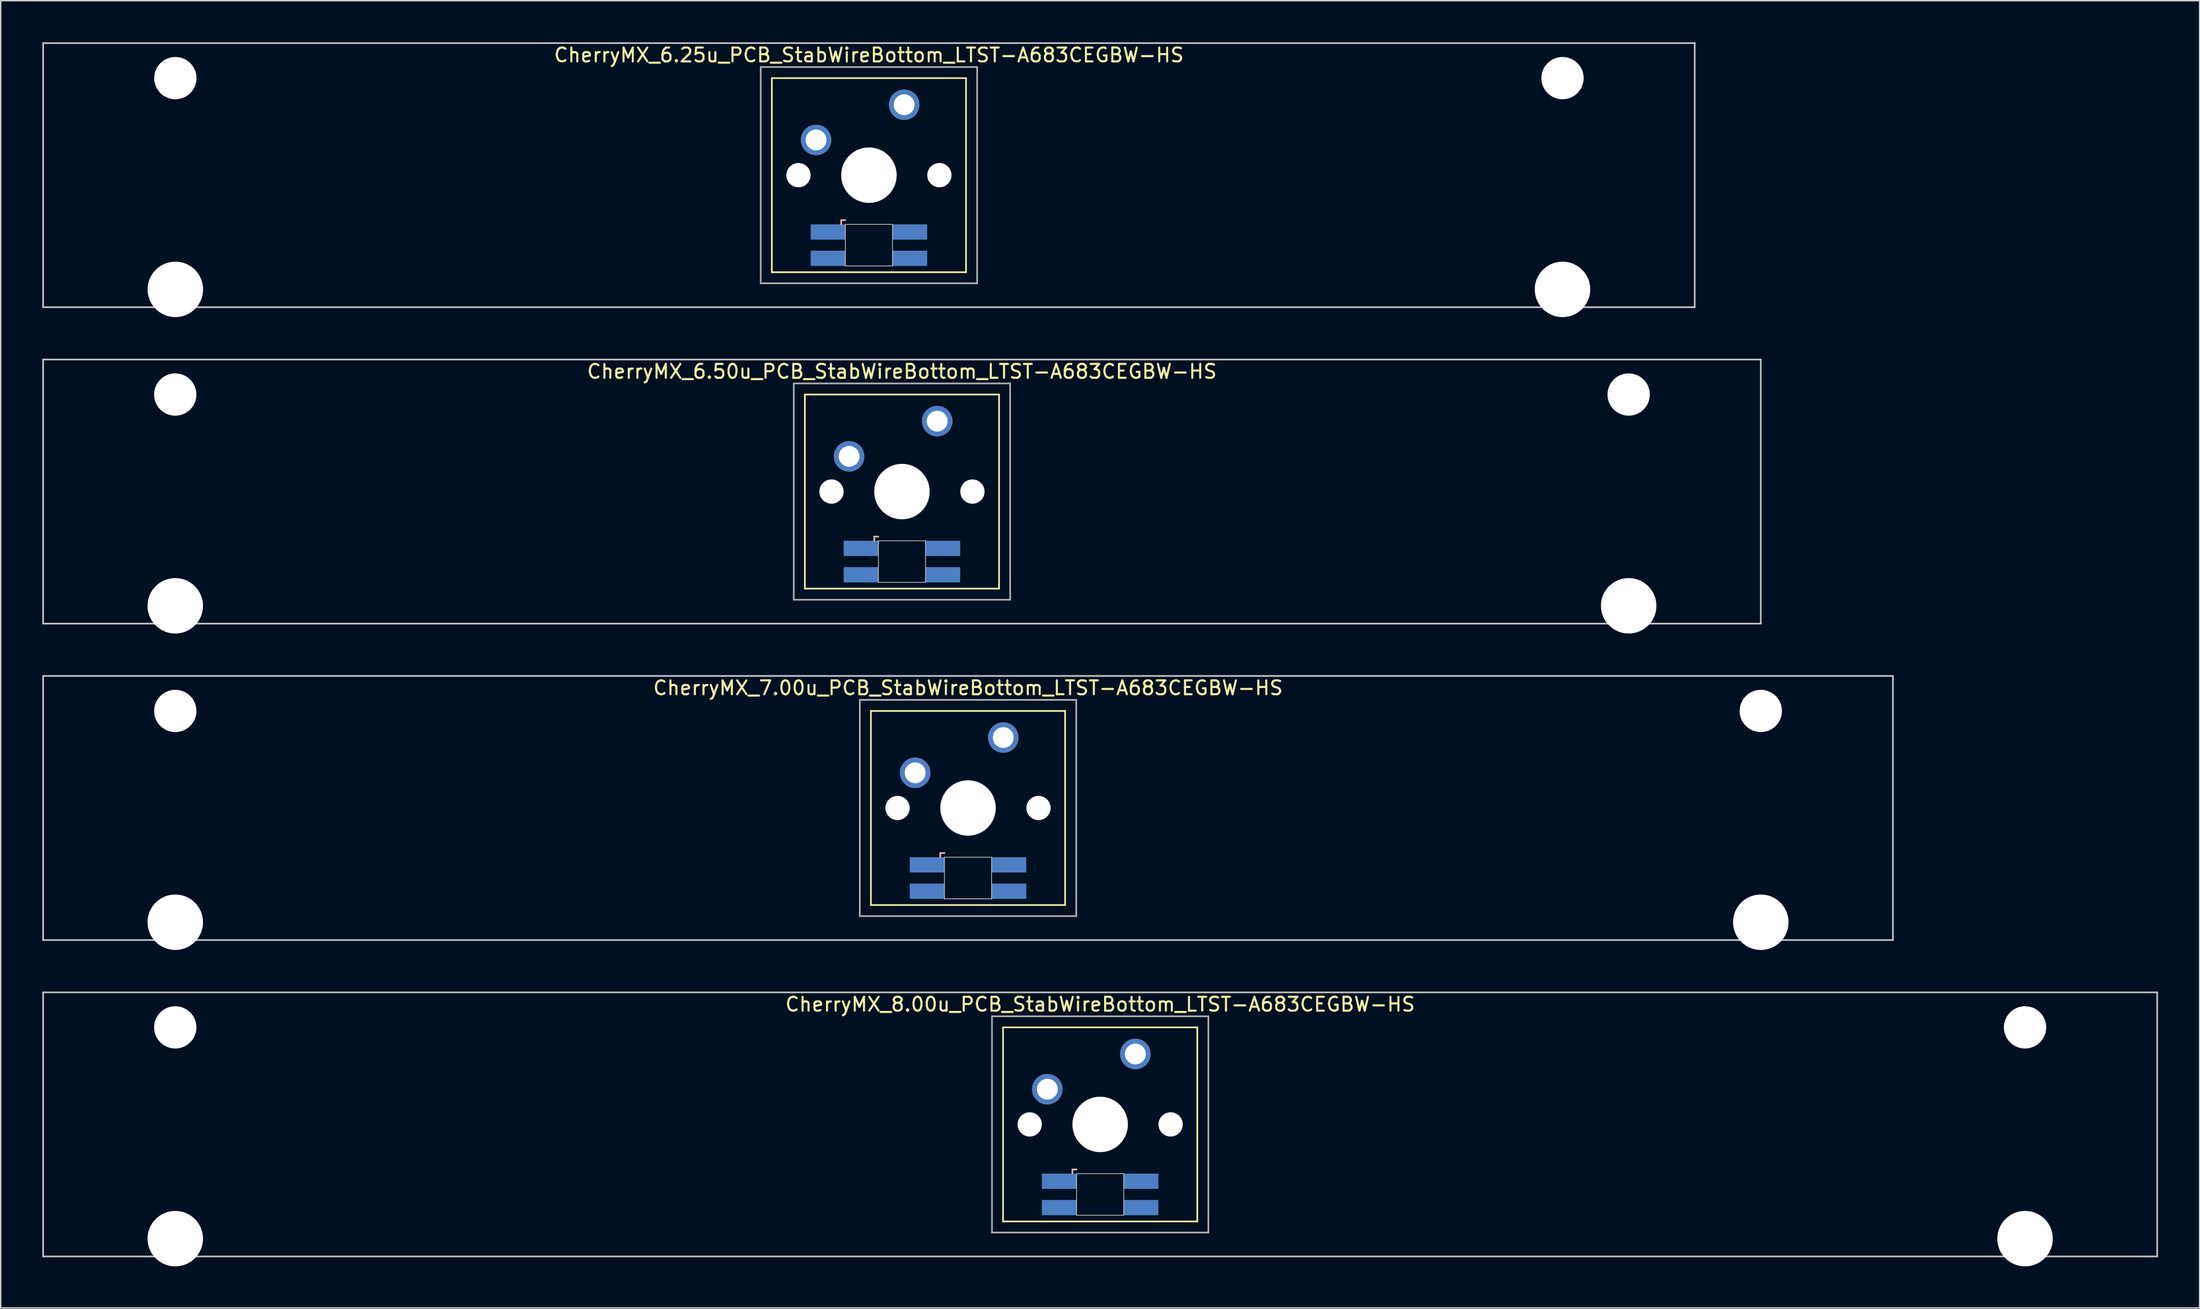
<source format=kicad_pcb>
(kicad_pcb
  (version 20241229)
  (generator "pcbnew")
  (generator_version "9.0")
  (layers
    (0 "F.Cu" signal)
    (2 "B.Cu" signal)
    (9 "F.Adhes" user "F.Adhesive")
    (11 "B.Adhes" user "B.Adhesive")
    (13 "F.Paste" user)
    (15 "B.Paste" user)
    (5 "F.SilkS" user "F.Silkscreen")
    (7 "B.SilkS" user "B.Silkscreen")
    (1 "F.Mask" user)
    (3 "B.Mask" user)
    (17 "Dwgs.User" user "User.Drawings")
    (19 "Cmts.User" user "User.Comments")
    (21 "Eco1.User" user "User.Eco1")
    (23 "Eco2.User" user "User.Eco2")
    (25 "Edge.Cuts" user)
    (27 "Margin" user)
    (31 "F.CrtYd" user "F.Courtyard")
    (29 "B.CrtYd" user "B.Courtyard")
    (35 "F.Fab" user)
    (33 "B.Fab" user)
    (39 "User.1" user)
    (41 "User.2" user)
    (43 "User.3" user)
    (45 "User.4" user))
  (footprint "CherryMX_6.25u_PCB_StabWireBottom_LTST-A683CEGBW-HS"
    (layer "F.Cu")
    (at 59.591 9.585)
    (property "Reference" "CherryMX_6.25u_PCB_StabWireBottom_LTST-A683CEGBW-HS" (at 0 -8.662 0) (layer "F.SilkS") (effects (font (size 1 1) (thickness 0.15))))
    (attr through_hole)
    (fp_line (start -7 -7) (end -7 7) (stroke (width 0.12) (type solid)) (layer "F.SilkS"))
    (fp_line (start -7 -7) (end 7 -7) (stroke (width 0.12) (type solid)) (layer "F.SilkS"))
    (fp_line (start 7 -7) (end 7 7) (stroke (width 0.12) (type solid)) (layer "F.SilkS"))
    (fp_line (start 7 7) (end -7 7) (stroke (width 0.12) (type solid)) (layer "F.SilkS"))
    (fp_line (start -2 3.25) (end -2 3.55) (stroke (width 0.12) (type solid)) (layer "B.SilkS"))
    (fp_line (start -1.7 3.25) (end -2 3.25) (stroke (width 0.12) (type solid)) (layer "B.SilkS"))
    (fp_line (start -59.531 -9.525) (end 59.531 -9.525) (stroke (width 0.12) (type solid)) (layer "Dwgs.User"))
    (fp_line (start -59.531 9.525) (end -59.531 -9.525) (stroke (width 0.12) (type solid)) (layer "Dwgs.User"))
    (fp_line (start 59.531 -9.525) (end 59.531 9.525) (stroke (width 0.12) (type solid)) (layer "Dwgs.User"))
    (fp_line (start 59.531 9.525) (end -59.531 9.525) (stroke (width 0.12) (type solid)) (layer "Dwgs.User"))
    (fp_line (start -1.7 3.55) (end 1.7 3.55) (stroke (width 0.05) (type solid)) (layer "Edge.Cuts"))
    (fp_line (start -1.7 6.55) (end -1.7 3.55) (stroke (width 0.05) (type solid)) (layer "Edge.Cuts"))
    (fp_line (start 1.7 3.55) (end 1.7 6.55) (stroke (width 0.05) (type solid)) (layer "Edge.Cuts"))
    (fp_line (start 1.7 6.55) (end -1.7 6.55) (stroke (width 0.05) (type solid)) (layer "Edge.Cuts"))
    (fp_line (start -7.8 -7.8) (end -7.8 7.8) (stroke (width 0.12) (type solid)) (layer "F.Fab"))
    (fp_line (start -7.8 -7.8) (end 7.8 -7.8) (stroke (width 0.12) (type solid)) (layer "F.Fab"))
    (fp_line (start -7.8 7.8) (end 7.8 7.8) (stroke (width 0.12) (type solid)) (layer "F.Fab"))
    (fp_line (start 7.8 -7.8) (end 7.8 7.8) (stroke (width 0.12) (type solid)) (layer "F.Fab"))
    (pad "" np_thru_hole circle (at -50 -7) (size 3.05 3.05) (drill 3.05) (layers "*.Cu" "*.Mask"))
    (pad "" np_thru_hole circle (at -50 8.24) (size 4 4) (drill 4) (layers "*.Cu" "*.Mask"))
    (pad "" np_thru_hole circle (at -5.08 0) (size 1.75 1.75) (drill 1.75) (layers "*.Cu" "*.Mask"))
    (pad "" np_thru_hole circle (at 0 0) (size 4 4) (drill 4) (layers "*.Cu" "*.Mask"))
    (pad "" np_thru_hole circle (at 5.08 0) (size 1.75 1.75) (drill 1.75) (layers "*.Cu" "*.Mask"))
    (pad "" np_thru_hole circle (at 50 -7) (size 3.05 3.05) (drill 3.05) (layers "*.Cu" "*.Mask"))
    (pad "" np_thru_hole circle (at 50 8.24) (size 4 4) (drill 4) (layers "*.Cu" "*.Mask"))
    (pad "1" thru_hole circle (at -3.81 -2.54) (size 2.2 2.2) (drill 1.5) (layers "*.Cu" "*.Mask"))
    (pad "2" thru_hole circle (at 2.54 -5.08) (size 2.2 2.2) (drill 1.5) (layers "*.Cu" "*.Mask"))
    (pad "3" smd rect (at -2.95 4.1) (size 2.5 1.1) (layers "B.Cu" "B.Mask" "B.Paste"))
    (pad "4" smd rect (at -2.95 6) (size 2.5 1.1) (layers "B.Cu" "B.Mask" "B.Paste"))
    (pad "5" smd rect (at 2.95 4.1) (size 2.5 1.1) (layers "B.Cu" "B.Mask" "B.Paste"))
    (pad "6" smd rect (at 2.95 6) (size 2.5 1.1) (layers "B.Cu" "B.Mask" "B.Paste")))
  (footprint "CherryMX_7.00u_PCB_StabWireBottom_LTST-A683CEGBW-HS"
    (layer "F.Cu")
    (at 66.735 55.235)
    (property "Reference" "CherryMX_7.00u_PCB_StabWireBottom_LTST-A683CEGBW-HS" (at 0 -8.662 0) (layer "F.SilkS") (effects (font (size 1 1) (thickness 0.15))))
    (attr through_hole)
    (fp_line (start -7 -7) (end -7 7) (stroke (width 0.12) (type solid)) (layer "F.SilkS"))
    (fp_line (start -7 -7) (end 7 -7) (stroke (width 0.12) (type solid)) (layer "F.SilkS"))
    (fp_line (start 7 -7) (end 7 7) (stroke (width 0.12) (type solid)) (layer "F.SilkS"))
    (fp_line (start 7 7) (end -7 7) (stroke (width 0.12) (type solid)) (layer "F.SilkS"))
    (fp_line (start -2 3.25) (end -2 3.55) (stroke (width 0.12) (type solid)) (layer "B.SilkS"))
    (fp_line (start -1.7 3.25) (end -2 3.25) (stroke (width 0.12) (type solid)) (layer "B.SilkS"))
    (fp_line (start -66.675 -9.525) (end 66.675 -9.525) (stroke (width 0.12) (type solid)) (layer "Dwgs.User"))
    (fp_line (start -66.675 9.525) (end -66.675 -9.525) (stroke (width 0.12) (type solid)) (layer "Dwgs.User"))
    (fp_line (start 66.675 -9.525) (end 66.675 9.525) (stroke (width 0.12) (type solid)) (layer "Dwgs.User"))
    (fp_line (start 66.675 9.525) (end -66.675 9.525) (stroke (width 0.12) (type solid)) (layer "Dwgs.User"))
    (fp_line (start -1.7 3.55) (end 1.7 3.55) (stroke (width 0.05) (type solid)) (layer "Edge.Cuts"))
    (fp_line (start -1.7 6.55) (end -1.7 3.55) (stroke (width 0.05) (type solid)) (layer "Edge.Cuts"))
    (fp_line (start 1.7 3.55) (end 1.7 6.55) (stroke (width 0.05) (type solid)) (layer "Edge.Cuts"))
    (fp_line (start 1.7 6.55) (end -1.7 6.55) (stroke (width 0.05) (type solid)) (layer "Edge.Cuts"))
    (fp_line (start -7.8 -7.8) (end -7.8 7.8) (stroke (width 0.12) (type solid)) (layer "F.Fab"))
    (fp_line (start -7.8 -7.8) (end 7.8 -7.8) (stroke (width 0.12) (type solid)) (layer "F.Fab"))
    (fp_line (start -7.8 7.8) (end 7.8 7.8) (stroke (width 0.12) (type solid)) (layer "F.Fab"))
    (fp_line (start 7.8 -7.8) (end 7.8 7.8) (stroke (width 0.12) (type solid)) (layer "F.Fab"))
    (pad "" np_thru_hole circle (at -57.15 -7) (size 3.05 3.05) (drill 3.05) (layers "*.Cu" "*.Mask"))
    (pad "" np_thru_hole circle (at -57.15 8.24) (size 4 4) (drill 4) (layers "*.Cu" "*.Mask"))
    (pad "" np_thru_hole circle (at -5.08 0) (size 1.75 1.75) (drill 1.75) (layers "*.Cu" "*.Mask"))
    (pad "" np_thru_hole circle (at 0 0) (size 4 4) (drill 4) (layers "*.Cu" "*.Mask"))
    (pad "" np_thru_hole circle (at 5.08 0) (size 1.75 1.75) (drill 1.75) (layers "*.Cu" "*.Mask"))
    (pad "" np_thru_hole circle (at 57.15 -7) (size 3.05 3.05) (drill 3.05) (layers "*.Cu" "*.Mask"))
    (pad "" np_thru_hole circle (at 57.15 8.24) (size 4 4) (drill 4) (layers "*.Cu" "*.Mask"))
    (pad "1" thru_hole circle (at -3.81 -2.54) (size 2.2 2.2) (drill 1.5) (layers "*.Cu" "*.Mask"))
    (pad "2" thru_hole circle (at 2.54 -5.08) (size 2.2 2.2) (drill 1.5) (layers "*.Cu" "*.Mask"))
    (pad "3" smd rect (at -2.95 4.1) (size 2.5 1.1) (layers "B.Cu" "B.Mask" "B.Paste"))
    (pad "4" smd rect (at -2.95 6) (size 2.5 1.1) (layers "B.Cu" "B.Mask" "B.Paste"))
    (pad "5" smd rect (at 2.95 4.1) (size 2.5 1.1) (layers "B.Cu" "B.Mask" "B.Paste"))
    (pad "6" smd rect (at 2.95 6) (size 2.5 1.1) (layers "B.Cu" "B.Mask" "B.Paste")))
  (footprint "CherryMX_6.50u_PCB_StabWireBottom_LTST-A683CEGBW-HS"
    (layer "F.Cu")
    (at 61.972 32.41)
    (property "Reference" "CherryMX_6.50u_PCB_StabWireBottom_LTST-A683CEGBW-HS" (at 0 -8.662 0) (layer "F.SilkS") (effects (font (size 1 1) (thickness 0.15))))
    (attr through_hole)
    (fp_line (start -7 -7) (end -7 7) (stroke (width 0.12) (type solid)) (layer "F.SilkS"))
    (fp_line (start -7 -7) (end 7 -7) (stroke (width 0.12) (type solid)) (layer "F.SilkS"))
    (fp_line (start 7 -7) (end 7 7) (stroke (width 0.12) (type solid)) (layer "F.SilkS"))
    (fp_line (start 7 7) (end -7 7) (stroke (width 0.12) (type solid)) (layer "F.SilkS"))
    (fp_line (start -2 3.25) (end -2 3.55) (stroke (width 0.12) (type solid)) (layer "B.SilkS"))
    (fp_line (start -1.7 3.25) (end -2 3.25) (stroke (width 0.12) (type solid)) (layer "B.SilkS"))
    (fp_line (start -61.913 -9.525) (end 61.913 -9.525) (stroke (width 0.12) (type solid)) (layer "Dwgs.User"))
    (fp_line (start -61.913 9.525) (end -61.913 -9.525) (stroke (width 0.12) (type solid)) (layer "Dwgs.User"))
    (fp_line (start 61.913 -9.525) (end 61.913 9.525) (stroke (width 0.12) (type solid)) (layer "Dwgs.User"))
    (fp_line (start 61.913 9.525) (end -61.913 9.525) (stroke (width 0.12) (type solid)) (layer "Dwgs.User"))
    (fp_line (start -1.7 3.55) (end 1.7 3.55) (stroke (width 0.05) (type solid)) (layer "Edge.Cuts"))
    (fp_line (start -1.7 6.55) (end -1.7 3.55) (stroke (width 0.05) (type solid)) (layer "Edge.Cuts"))
    (fp_line (start 1.7 3.55) (end 1.7 6.55) (stroke (width 0.05) (type solid)) (layer "Edge.Cuts"))
    (fp_line (start 1.7 6.55) (end -1.7 6.55) (stroke (width 0.05) (type solid)) (layer "Edge.Cuts"))
    (fp_line (start -7.8 -7.8) (end -7.8 7.8) (stroke (width 0.12) (type solid)) (layer "F.Fab"))
    (fp_line (start -7.8 -7.8) (end 7.8 -7.8) (stroke (width 0.12) (type solid)) (layer "F.Fab"))
    (fp_line (start -7.8 7.8) (end 7.8 7.8) (stroke (width 0.12) (type solid)) (layer "F.Fab"))
    (fp_line (start 7.8 -7.8) (end 7.8 7.8) (stroke (width 0.12) (type solid)) (layer "F.Fab"))
    (pad "" np_thru_hole circle (at -52.388 -7) (size 3.05 3.05) (drill 3.05) (layers "*.Cu" "*.Mask"))
    (pad "" np_thru_hole circle (at -52.388 8.24) (size 4 4) (drill 4) (layers "*.Cu" "*.Mask"))
    (pad "" np_thru_hole circle (at -5.08 0) (size 1.75 1.75) (drill 1.75) (layers "*.Cu" "*.Mask"))
    (pad "" np_thru_hole circle (at 0 0) (size 4 4) (drill 4) (layers "*.Cu" "*.Mask"))
    (pad "" np_thru_hole circle (at 5.08 0) (size 1.75 1.75) (drill 1.75) (layers "*.Cu" "*.Mask"))
    (pad "" np_thru_hole circle (at 52.388 -7) (size 3.05 3.05) (drill 3.05) (layers "*.Cu" "*.Mask"))
    (pad "" np_thru_hole circle (at 52.388 8.24) (size 4 4) (drill 4) (layers "*.Cu" "*.Mask"))
    (pad "1" thru_hole circle (at -3.81 -2.54) (size 2.2 2.2) (drill 1.5) (layers "*.Cu" "*.Mask"))
    (pad "2" thru_hole circle (at 2.54 -5.08) (size 2.2 2.2) (drill 1.5) (layers "*.Cu" "*.Mask"))
    (pad "3" smd rect (at -2.95 4.1) (size 2.5 1.1) (layers "B.Cu" "B.Mask" "B.Paste"))
    (pad "4" smd rect (at -2.95 6) (size 2.5 1.1) (layers "B.Cu" "B.Mask" "B.Paste"))
    (pad "5" smd rect (at 2.95 4.1) (size 2.5 1.1) (layers "B.Cu" "B.Mask" "B.Paste"))
    (pad "6" smd rect (at 2.95 6) (size 2.5 1.1) (layers "B.Cu" "B.Mask" "B.Paste")))
  (footprint "CherryMX_8.00u_PCB_StabWireBottom_LTST-A683CEGBW-HS"
    (layer "F.Cu")
    (at 76.26 78.06)
    (property "Reference" "CherryMX_8.00u_PCB_StabWireBottom_LTST-A683CEGBW-HS" (at 0 -8.662 0) (layer "F.SilkS") (effects (font (size 1 1) (thickness 0.15))))
    (attr through_hole)
    (fp_line (start -7 -7) (end -7 7) (stroke (width 0.12) (type solid)) (layer "F.SilkS"))
    (fp_line (start -7 -7) (end 7 -7) (stroke (width 0.12) (type solid)) (layer "F.SilkS"))
    (fp_line (start 7 -7) (end 7 7) (stroke (width 0.12) (type solid)) (layer "F.SilkS"))
    (fp_line (start 7 7) (end -7 7) (stroke (width 0.12) (type solid)) (layer "F.SilkS"))
    (fp_line (start -2 3.25) (end -2 3.55) (stroke (width 0.12) (type solid)) (layer "B.SilkS"))
    (fp_line (start -1.7 3.25) (end -2 3.25) (stroke (width 0.12) (type solid)) (layer "B.SilkS"))
    (fp_line (start -76.2 -9.525) (end 76.2 -9.525) (stroke (width 0.12) (type solid)) (layer "Dwgs.User"))
    (fp_line (start -76.2 9.525) (end -76.2 -9.525) (stroke (width 0.12) (type solid)) (layer "Dwgs.User"))
    (fp_line (start 76.2 -9.525) (end 76.2 9.525) (stroke (width 0.12) (type solid)) (layer "Dwgs.User"))
    (fp_line (start 76.2 9.525) (end -76.2 9.525) (stroke (width 0.12) (type solid)) (layer "Dwgs.User"))
    (fp_line (start -1.7 3.55) (end 1.7 3.55) (stroke (width 0.05) (type solid)) (layer "Edge.Cuts"))
    (fp_line (start -1.7 6.55) (end -1.7 3.55) (stroke (width 0.05) (type solid)) (layer "Edge.Cuts"))
    (fp_line (start 1.7 3.55) (end 1.7 6.55) (stroke (width 0.05) (type solid)) (layer "Edge.Cuts"))
    (fp_line (start 1.7 6.55) (end -1.7 6.55) (stroke (width 0.05) (type solid)) (layer "Edge.Cuts"))
    (fp_line (start -7.8 -7.8) (end -7.8 7.8) (stroke (width 0.12) (type solid)) (layer "F.Fab"))
    (fp_line (start -7.8 -7.8) (end 7.8 -7.8) (stroke (width 0.12) (type solid)) (layer "F.Fab"))
    (fp_line (start -7.8 7.8) (end 7.8 7.8) (stroke (width 0.12) (type solid)) (layer "F.Fab"))
    (fp_line (start 7.8 -7.8) (end 7.8 7.8) (stroke (width 0.12) (type solid)) (layer "F.Fab"))
    (pad "" np_thru_hole circle (at -66.675 -7) (size 3.05 3.05) (drill 3.05) (layers "*.Cu" "*.Mask"))
    (pad "" np_thru_hole circle (at -66.675 8.24) (size 4 4) (drill 4) (layers "*.Cu" "*.Mask"))
    (pad "" np_thru_hole circle (at -5.08 0) (size 1.75 1.75) (drill 1.75) (layers "*.Cu" "*.Mask"))
    (pad "" np_thru_hole circle (at 0 0) (size 4 4) (drill 4) (layers "*.Cu" "*.Mask"))
    (pad "" np_thru_hole circle (at 5.08 0) (size 1.75 1.75) (drill 1.75) (layers "*.Cu" "*.Mask"))
    (pad "" np_thru_hole circle (at 66.675 -7) (size 3.05 3.05) (drill 3.05) (layers "*.Cu" "*.Mask"))
    (pad "" np_thru_hole circle (at 66.675 8.24) (size 4 4) (drill 4) (layers "*.Cu" "*.Mask"))
    (pad "1" thru_hole circle (at -3.81 -2.54) (size 2.2 2.2) (drill 1.5) (layers "*.Cu" "*.Mask"))
    (pad "2" thru_hole circle (at 2.54 -5.08) (size 2.2 2.2) (drill 1.5) (layers "*.Cu" "*.Mask"))
    (pad "3" smd rect (at -2.95 4.1) (size 2.5 1.1) (layers "B.Cu" "B.Mask" "B.Paste"))
    (pad "4" smd rect (at -2.95 6) (size 2.5 1.1) (layers "B.Cu" "B.Mask" "B.Paste"))
    (pad "5" smd rect (at 2.95 4.1) (size 2.5 1.1) (layers "B.Cu" "B.Mask" "B.Paste"))
    (pad "6" smd rect (at 2.95 6) (size 2.5 1.1) (layers "B.Cu" "B.Mask" "B.Paste")))
  (gr_rect
    (start -3 -3)
    (end 155.52 91.3)
    (stroke (width 0.1) (type default))
    (fill no)
    (layer "Edge.Cuts")))
</source>
